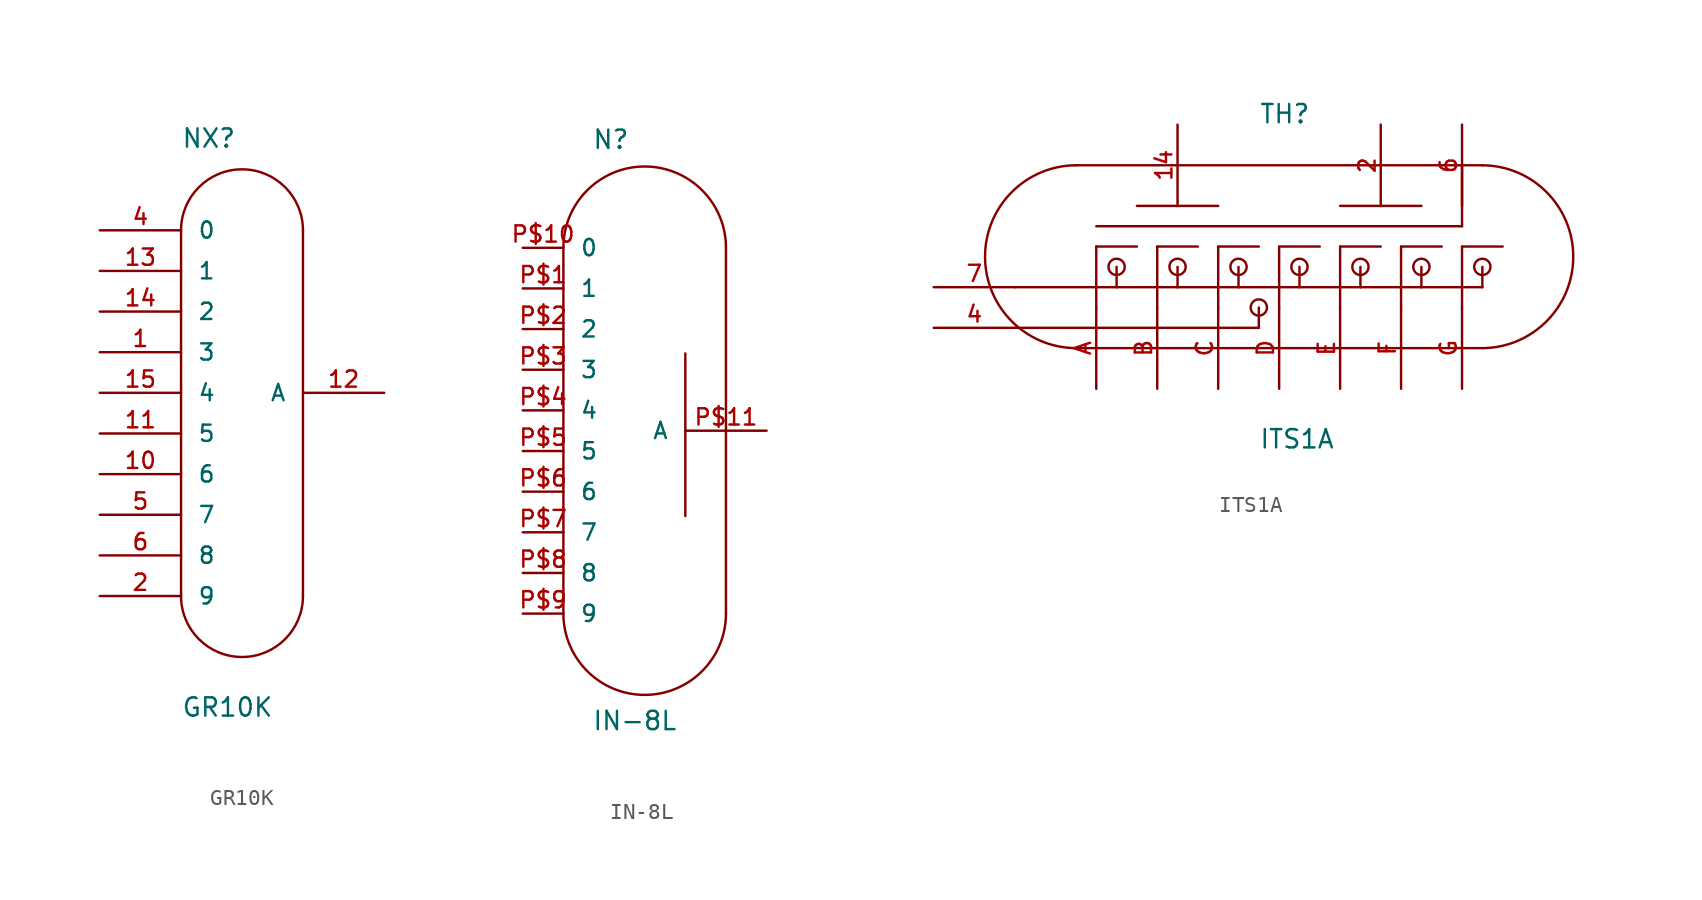
<source format=kicad_sym>
(kicad_symbol_lib
  (version 20241209)
  (generator "kicad_symbol_editor")
  (generator_version "9.0")
  (symbol "GR10K"
    (pin_names
      (offset 1.016))
    (property "Reference" "NX"
      (at -22.86 12.7 0)
      (effects (font (size 1.143 1.143)) (justify left bottom)))
    (property "Value" "GR10K"
      (at -22.86 -22.86 0)
      (effects (font (size 1.143 1.143)) (justify left bottom)))
    (property "ki_locked" ""
      (at 0 0 0)
      (effects (font (size 1.27 1.27))))
    (symbol "GR10K_1_0"
      (polyline (pts (xy -22.86 7.62) (xy -22.86 -15.24)) (stroke (width 0) (type default)) (fill (type none)))
      (polyline (pts (xy -15.24 7.62) (xy -15.24 -15.24)) (stroke (width 0) (type default)) (fill (type none))))
    (symbol "GR10K_1_1"
      (arc (start -22.86 7.62) (mid -19.05 11.4133) (end -15.24 7.62) (stroke (width 0) (type default)) (fill (type none)))
      (arc (start -15.24 -15.24) (mid -19.05 -19.0333) (end -22.86 -15.24) (stroke (width 0) (type default)) (fill (type none)))
      (pin passive line (at -27.94 7.62 0) (length 5.08) (name "0" (effects (font (size 1.016 1.016)))) (number "4" (effects (font (size 1.016 1.016)))))
      (pin passive line (at -27.94 5.08 0) (length 5.08) (name "1" (effects (font (size 1.016 1.016)))) (number "13" (effects (font (size 1.016 1.016)))))
      (pin passive line (at -27.94 2.54 0) (length 5.08) (name "2" (effects (font (size 1.016 1.016)))) (number "14" (effects (font (size 1.016 1.016)))))
      (pin passive line (at -27.94 0 0) (length 5.08) (name "3" (effects (font (size 1.016 1.016)))) (number "1" (effects (font (size 1.016 1.016)))))
      (pin passive line (at -27.94 -2.54 0) (length 5.08) (name "4" (effects (font (size 1.016 1.016)))) (number "15" (effects (font (size 1.016 1.016)))))
      (pin passive line (at -27.94 -5.08 0) (length 5.08) (name "5" (effects (font (size 1.016 1.016)))) (number "11" (effects (font (size 1.016 1.016)))))
      (pin passive line (at -27.94 -7.62 0) (length 5.08) (name "6" (effects (font (size 1.016 1.016)))) (number "10" (effects (font (size 1.016 1.016)))))
      (pin passive line (at -27.94 -10.16 0) (length 5.08) (name "7" (effects (font (size 1.016 1.016)))) (number "5" (effects (font (size 1.016 1.016)))))
      (pin passive line (at -27.94 -12.7 0) (length 5.08) (name "8" (effects (font (size 1.016 1.016)))) (number "6" (effects (font (size 1.016 1.016)))))
      (pin passive line (at -27.94 -15.24 0) (length 5.08) (name "9" (effects (font (size 1.016 1.016)))) (number "2" (effects (font (size 1.016 1.016)))))
      (pin passive line (at -10.16 -2.54 180) (length 5.08) (name "A" (effects (font (size 1.016 1.016)))) (number "12" (effects (font (size 1.016 1.016)))))))
  (symbol "IN-8L"
    (pin_names
      (offset 1.016))
    (property "Reference" "N"
      (at -38.862 41.656 0)
      (effects (font (size 1.143 1.143)) (justify left bottom)))
    (property "Value" "IN-8L"
      (at -38.862 5.334 0)
      (effects (font (size 1.143 1.143)) (justify left bottom)))
    (property "ki_locked" ""
      (at 0 0 0)
      (effects (font (size 1.27 1.27))))
    (symbol "IN-8L_1_0"
      (polyline (pts (xy -40.64 35.56) (xy -40.64 12.7)) (stroke (width 0) (type default)) (fill (type none)))
      (polyline (pts (xy -33.02 28.956) (xy -33.02 18.796)) (stroke (width 0) (type default)) (fill (type none)))
      (polyline (pts (xy -30.48 35.56) (xy -30.48 12.7)) (stroke (width 0) (type default)) (fill (type none))))
    (symbol "IN-8L_1_1"
      (arc (start -40.64 35.56) (mid -35.56 40.6178) (end -30.48 35.56) (stroke (width 0) (type default)) (fill (type none)))
      (arc (start -30.48 12.7) (mid -35.56 7.6421) (end -40.64 12.7) (stroke (width 0) (type default)) (fill (type none)))
      (pin passive line (at -43.18 35.56 0) (length 2.54) (name "0" (effects (font (size 1.016 1.016)))) (number "P$10" (effects (font (size 1.016 1.016)))))
      (pin passive line (at -43.18 33.02 0) (length 2.54) (name "1" (effects (font (size 1.016 1.016)))) (number "P$1" (effects (font (size 1.016 1.016)))))
      (pin passive line (at -43.18 30.48 0) (length 2.54) (name "2" (effects (font (size 1.016 1.016)))) (number "P$2" (effects (font (size 1.016 1.016)))))
      (pin passive line (at -43.18 27.94 0) (length 2.54) (name "3" (effects (font (size 1.016 1.016)))) (number "P$3" (effects (font (size 1.016 1.016)))))
      (pin passive line (at -43.18 25.4 0) (length 2.54) (name "4" (effects (font (size 1.016 1.016)))) (number "P$4" (effects (font (size 1.016 1.016)))))
      (pin passive line (at -43.18 22.86 0) (length 2.54) (name "5" (effects (font (size 1.016 1.016)))) (number "P$5" (effects (font (size 1.016 1.016)))))
      (pin passive line (at -43.18 20.32 0) (length 2.54) (name "6" (effects (font (size 1.016 1.016)))) (number "P$6" (effects (font (size 1.016 1.016)))))
      (pin passive line (at -43.18 17.78 0) (length 2.54) (name "7" (effects (font (size 1.016 1.016)))) (number "P$7" (effects (font (size 1.016 1.016)))))
      (pin passive line (at -43.18 15.24 0) (length 2.54) (name "8" (effects (font (size 1.016 1.016)))) (number "P$8" (effects (font (size 1.016 1.016)))))
      (pin passive line (at -43.18 12.7 0) (length 2.54) (name "9" (effects (font (size 1.016 1.016)))) (number "P$9" (effects (font (size 1.016 1.016)))))
      (pin passive line (at -27.94 24.13 180) (length 5.08) (name "A" (effects (font (size 1.016 1.016)))) (number "P$11" (effects (font (size 1.016 1.016)))))))
  (symbol "ITS1A"
    (pin_names
      (offset 1.016)
      (hide yes))
    (property "Reference" "TH"
      (at -12.7 10.16 0)
      (effects (font (size 1.143 1.143)) (justify left bottom)))
    (property "Value" "ITS1A"
      (at -12.7 -10.16 0)
      (effects (font (size 1.143 1.143)) (justify left bottom)))
    (property "ki_locked" ""
      (at 0 0 0)
      (effects (font (size 1.27 1.27))))
    (symbol "ITS1A_1_0"
      (polyline (pts (xy -27.94 0) (xy -22.86 0)) (stroke (width 0) (type default)) (fill (type none)))
      (polyline (pts (xy -27.94 -2.54) (xy -12.7 -2.54)) (stroke (width 0) (type default)) (fill (type none)))
      (polyline (pts (xy -24.13 -3.81) (xy 1.27 -3.81)) (stroke (width 0) (type default)) (fill (type none)))
      (polyline (pts (xy -22.86 3.81) (xy 0 3.81)) (stroke (width 0) (type default)) (fill (type none)))
      (polyline (pts (xy -22.86 2.54) (xy -20.32 2.54)) (stroke (width 0) (type default)) (fill (type none)))
      (polyline (pts (xy -22.86 0) (xy -22.86 2.54)) (stroke (width 0) (type default)) (fill (type none)))
      (polyline (pts (xy -22.86 0) (xy -22.86 -1.27)) (stroke (width 0) (type default)) (fill (type none)))
      (polyline (pts (xy -22.86 0) (xy -21.59 0)) (stroke (width 0) (type default)) (fill (type none)))
      (polyline (pts (xy -21.59 0) (xy -21.59 1.27)) (stroke (width 0) (type default)) (fill (type none)))
      (polyline (pts (xy -21.59 0) (xy -17.78 0)) (stroke (width 0) (type default)) (fill (type none)))
      (polyline (pts (xy -20.32 5.08) (xy -15.24 5.08)) (stroke (width 0) (type default)) (fill (type none)))
      (polyline (pts (xy -19.05 2.54) (xy -16.51 2.54)) (stroke (width 0) (type default)) (fill (type none)))
      (polyline (pts (xy -19.05 -1.27) (xy -19.05 2.54)) (stroke (width 0) (type default)) (fill (type none)))
      (polyline (pts (xy -17.78 0) (xy -17.78 1.27)) (stroke (width 0) (type default)) (fill (type none)))
      (polyline (pts (xy -17.78 0) (xy -13.97 0)) (stroke (width 0) (type default)) (fill (type none)))
      (polyline (pts (xy -15.24 2.54) (xy -12.7 2.54)) (stroke (width 0) (type default)) (fill (type none)))
      (polyline (pts (xy -15.24 -1.27) (xy -15.24 2.54)) (stroke (width 0) (type default)) (fill (type none)))
      (polyline (pts (xy -13.97 0) (xy -13.97 1.27)) (stroke (width 0) (type default)) (fill (type none)))
      (polyline (pts (xy -13.97 0) (xy -10.16 0)) (stroke (width 0) (type default)) (fill (type none)))
      (polyline (pts (xy -12.7 -2.54) (xy -12.7 -1.27)) (stroke (width 0) (type default)) (fill (type none)))
      (polyline (pts (xy -11.43 2.54) (xy -8.89 2.54)) (stroke (width 0) (type default)) (fill (type none)))
      (polyline (pts (xy -11.43 -1.27) (xy -11.43 2.54)) (stroke (width 0) (type default)) (fill (type none)))
      (polyline (pts (xy -10.16 0) (xy -10.16 1.27)) (stroke (width 0) (type default)) (fill (type none)))
      (polyline (pts (xy -10.16 0) (xy -6.35 0)) (stroke (width 0) (type default)) (fill (type none)))
      (polyline (pts (xy -7.62 5.08) (xy -2.54 5.08)) (stroke (width 0) (type default)) (fill (type none)))
      (polyline (pts (xy -7.62 2.54) (xy -5.08 2.54)) (stroke (width 0) (type default)) (fill (type none)))
      (polyline (pts (xy -7.62 -1.27) (xy -7.62 2.54)) (stroke (width 0) (type default)) (fill (type none)))
      (polyline (pts (xy -6.35 0) (xy -6.35 1.27)) (stroke (width 0) (type default)) (fill (type none)))
      (polyline (pts (xy -6.35 0) (xy -2.54 0)) (stroke (width 0) (type default)) (fill (type none)))
      (polyline (pts (xy -3.81 2.54) (xy -1.27 2.54)) (stroke (width 0) (type default)) (fill (type none)))
      (polyline (pts (xy -3.81 -1.27) (xy -3.81 2.54)) (stroke (width 0) (type default)) (fill (type none)))
      (polyline (pts (xy -2.54 0) (xy -2.54 1.27)) (stroke (width 0) (type default)) (fill (type none)))
      (polyline (pts (xy -2.54 0) (xy 1.27 0)) (stroke (width 0) (type default)) (fill (type none)))
      (polyline (pts (xy 0 7.62) (xy -24.13 7.62)) (stroke (width 0) (type default)) (fill (type none)))
      (polyline (pts (xy 0 3.81) (xy 0 7.62)) (stroke (width 0) (type default)) (fill (type none)))
      (polyline (pts (xy 0 2.54) (xy 2.54 2.54)) (stroke (width 0) (type default)) (fill (type none)))
      (polyline (pts (xy 0 -1.27) (xy 0 2.54)) (stroke (width 0) (type default)) (fill (type none)))
      (polyline (pts (xy 1.27 7.62) (xy 0 7.62)) (stroke (width 0) (type default)) (fill (type none)))
      (polyline (pts (xy 1.27 0) (xy 1.27 1.27)) (stroke (width 0) (type default)) (fill (type none))))
    (symbol "ITS1A_1_1"
      (arc (start -24.13 -3.81) (mid -29.8201 1.905) (end -24.13 7.62) (stroke (width 0) (type default)) (fill (type none)))
      (circle (center -21.59 1.27) (radius 0.508) (stroke (width 0) (type default)) (fill (type none)))
      (circle (center -17.78 1.27) (radius 0.508) (stroke (width 0) (type default)) (fill (type none)))
      (circle (center -13.97 1.27) (radius 0.508) (stroke (width 0) (type default)) (fill (type none)))
      (circle (center -12.7 -1.27) (radius 0.508) (stroke (width 0) (type default)) (fill (type none)))
      (circle (center -10.16 1.27) (radius 0.508) (stroke (width 0) (type default)) (fill (type none)))
      (circle (center -6.35 1.27) (radius 0.508) (stroke (width 0) (type default)) (fill (type none)))
      (circle (center -2.54 1.27) (radius 0.508) (stroke (width 0) (type default)) (fill (type none)))
      (arc (start 1.27 7.62) (mid 6.9601 1.905) (end 1.27 -3.81) (stroke (width 0) (type default)) (fill (type none)))
      (circle (center 1.27 1.27) (radius 0.508) (stroke (width 0) (type default)) (fill (type none)))
      (pin power_in line (at -33.02 0 0) (length 5.08) (name "7" (effects (font (size 1.016 1.016)))) (number "7" (effects (font (size 1.016 1.016)))))
      (pin power_in line (at -33.02 -2.54 0) (length 5.08) (name "4" (effects (font (size 1.016 1.016)))) (number "4" (effects (font (size 1.016 1.016)))))
      (pin passive line (at -22.86 -6.35 90) (length 5.08) (name "A" (effects (font (size 1.016 1.016)))) (number "A" (effects (font (size 1.016 1.016)))))
      (pin passive line (at -19.05 -6.35 90) (length 5.08) (name "B" (effects (font (size 1.016 1.016)))) (number "B" (effects (font (size 1.016 1.016)))))
      (pin power_in line (at -17.78 10.16 270) (length 5.08) (name "14" (effects (font (size 1.016 1.016)))) (number "14" (effects (font (size 1.016 1.016)))))
      (pin passive line (at -15.24 -6.35 90) (length 5.08) (name "C" (effects (font (size 1.016 1.016)))) (number "C" (effects (font (size 1.016 1.016)))))
      (pin passive line (at -11.43 -6.35 90) (length 5.08) (name "D" (effects (font (size 1.016 1.016)))) (number "D" (effects (font (size 1.016 1.016)))))
      (pin passive line (at -7.62 -6.35 90) (length 5.08) (name "E" (effects (font (size 1.016 1.016)))) (number "E" (effects (font (size 1.016 1.016)))))
      (pin power_in line (at -5.08 10.16 270) (length 5.08) (name "2" (effects (font (size 1.016 1.016)))) (number "2" (effects (font (size 1.016 1.016)))))
      (pin passive line (at -3.81 -6.35 90) (length 5.08) (name "F" (effects (font (size 1.016 1.016)))) (number "F" (effects (font (size 1.016 1.016)))))
      (pin passive line (at 0 10.16 270) (length 5.08) (name "6" (effects (font (size 1.016 1.016)))) (number "6" (effects (font (size 1.016 1.016)))))
      (pin passive line (at 0 -6.35 90) (length 5.08) (name "G" (effects (font (size 1.016 1.016)))) (number "G" (effects (font (size 1.016 1.016))))))))
</source>
